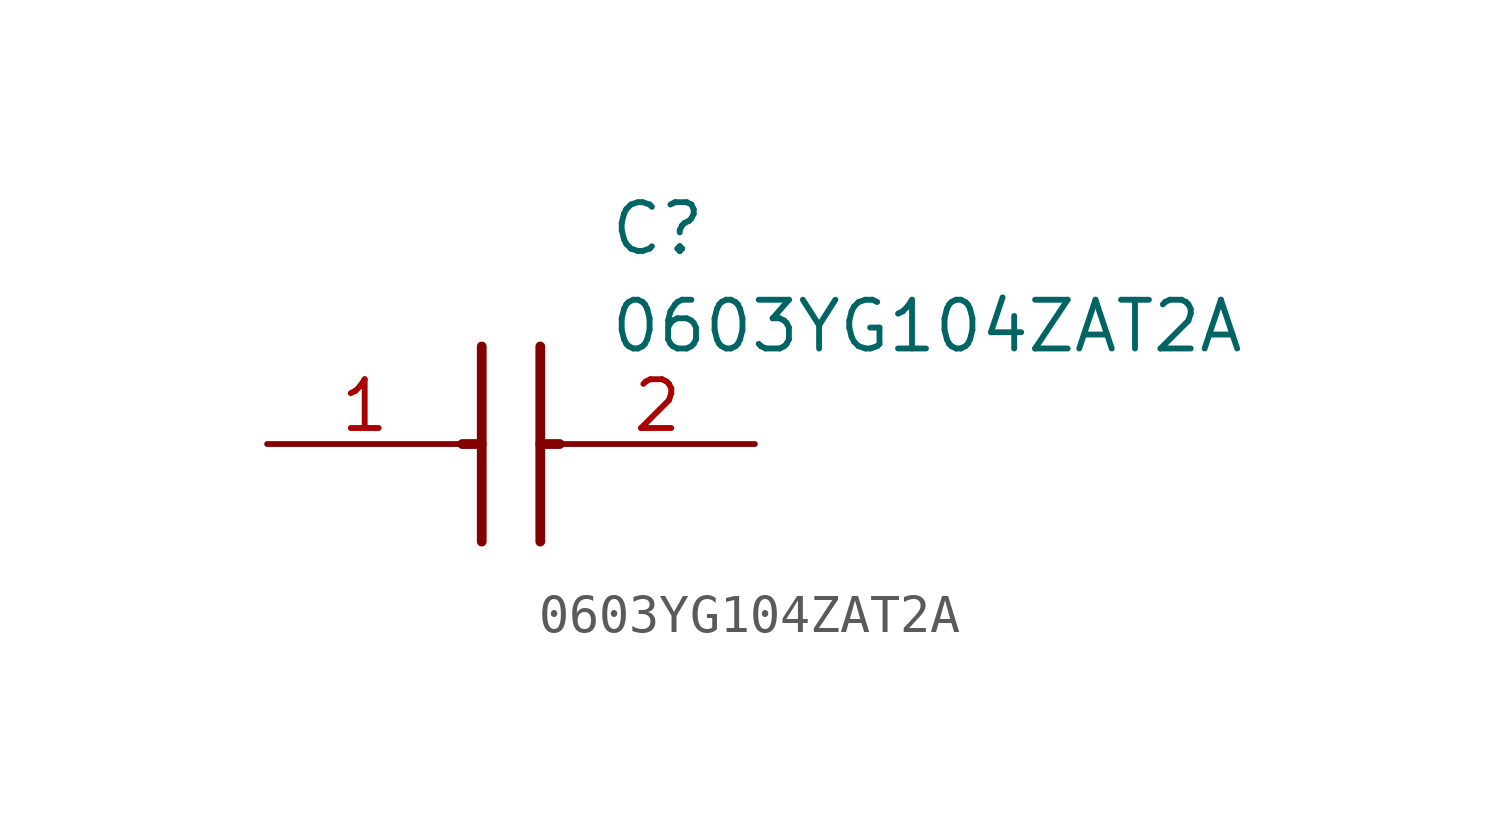
<source format=kicad_sym>
(kicad_symbol_lib
  (version 20211014)
  (generator SamacSys_ECAD_Model)
  (symbol "0603YG104ZAT2A"
    (pin_names hide)
    (property "Reference" "C"
      (at 8.89 6.35 0)
      (effects (font (size 1.27 1.27)) (justify left top)))
    (property "Value" "0603YG104ZAT2A"
      (at 8.89 3.81 0)
      (effects (font (size 1.27 1.27)) (justify left top)))
    (polyline
      (pts (xy 5.588 2.54) (xy 5.588 -2.54))
      (stroke (width 0.254) (type default))
      (fill (type none)))
    (polyline
      (pts (xy 7.112 2.54) (xy 7.112 -2.54))
      (stroke (width 0.254) (type default))
      (fill (type none)))
    (polyline
      (pts (xy 5.08 0) (xy 5.588 0))
      (stroke (width 0.254) (type default))
      (fill (type none)))
    (polyline
      (pts (xy 7.112 0) (xy 7.62 0))
      (stroke (width 0.254) (type default))
      (fill (type none)))
    (pin passive line
      (at 0 0 0)
      (length 5.08)
      (name "1" (effects (font (size 1.27 1.27))))
      (number "1" (effects (font (size 1.27 1.27)))))
    (pin passive line
      (at 12.7 0 180)
      (length 5.08)
      (name "2" (effects (font (size 1.27 1.27))))
      (number "2" (effects (font (size 1.27 1.27)))))))
</source>
